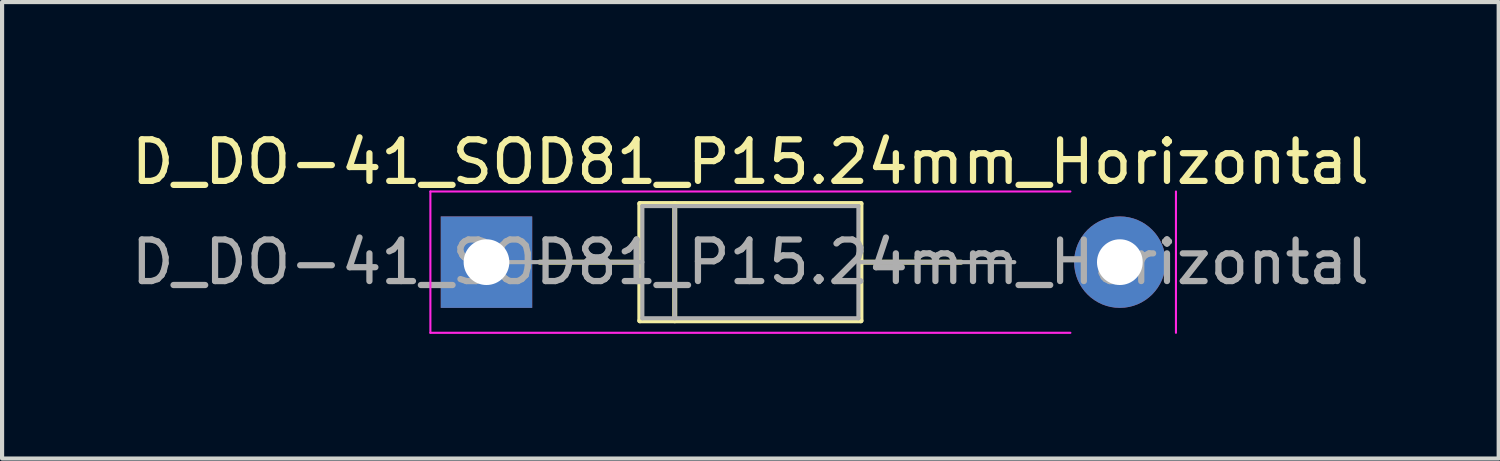
<source format=kicad_pcb>
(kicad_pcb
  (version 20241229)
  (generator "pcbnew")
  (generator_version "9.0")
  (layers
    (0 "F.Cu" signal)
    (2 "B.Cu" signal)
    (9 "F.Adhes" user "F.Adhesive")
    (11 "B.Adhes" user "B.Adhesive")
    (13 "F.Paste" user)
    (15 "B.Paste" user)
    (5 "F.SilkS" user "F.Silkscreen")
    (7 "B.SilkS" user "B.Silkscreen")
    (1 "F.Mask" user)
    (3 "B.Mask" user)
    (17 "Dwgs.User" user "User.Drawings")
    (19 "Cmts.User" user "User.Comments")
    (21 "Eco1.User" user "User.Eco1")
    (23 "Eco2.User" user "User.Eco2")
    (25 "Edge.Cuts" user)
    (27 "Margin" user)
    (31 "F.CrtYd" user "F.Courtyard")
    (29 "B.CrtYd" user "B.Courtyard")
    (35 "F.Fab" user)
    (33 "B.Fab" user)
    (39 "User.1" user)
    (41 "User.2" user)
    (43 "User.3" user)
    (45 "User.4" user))
  (footprint "D_DO-41_SOD81_P15.24mm_Horizontal"
    (layer "F.Cu")
    (at 8.656 3.258)
    (property "Reference" "D_DO-41_SOD81_P15.24mm_Horizontal" (at 6.35 -2.41 0) (layer "F.SilkS") (effects (font (size 1 1) (thickness 0.15))))
    (attr through_hole)
    (fp_line (start 1.28 0) (end 3.69 0) (stroke (width 0.12) (type solid)) (layer "F.SilkS"))
    (fp_line (start 3.69 -1.41) (end 3.69 1.41) (stroke (width 0.12) (type solid)) (layer "F.SilkS"))
    (fp_line (start 3.69 1.41) (end 9.01 1.41) (stroke (width 0.12) (type solid)) (layer "F.SilkS"))
    (fp_line (start 4.53 -1.41) (end 4.53 1.41) (stroke (width 0.12) (type solid)) (layer "F.SilkS"))
    (fp_line (start 9.01 -1.41) (end 3.69 -1.41) (stroke (width 0.12) (type solid)) (layer "F.SilkS"))
    (fp_line (start 9.01 1.41) (end 9.01 -1.41) (stroke (width 0.12) (type solid)) (layer "F.SilkS"))
    (fp_line (start 11.42 0) (end 9.01 0) (stroke (width 0.12) (type solid)) (layer "F.SilkS"))
    (fp_line (start -1.35 -1.7) (end -1.35 1.7) (stroke (width 0.05) (type solid)) (layer "F.CrtYd"))
    (fp_line (start -1.35 1.7) (end 14.05 1.7) (stroke (width 0.05) (type solid)) (layer "F.CrtYd"))
    (fp_line (start 14.05 -1.7) (end -1.35 -1.7) (stroke (width 0.05) (type solid)) (layer "F.CrtYd"))
    (fp_line (start 16.59 1.7) (end 16.59 -1.7) (stroke (width 0.05) (type solid)) (layer "F.CrtYd"))
    (fp_line (start 0 0) (end 3.75 0) (stroke (width 0.1) (type solid)) (layer "F.Fab"))
    (fp_line (start 3.75 -1.35) (end 3.75 1.35) (stroke (width 0.1) (type solid)) (layer "F.Fab"))
    (fp_line (start 3.75 1.35) (end 8.95 1.35) (stroke (width 0.1) (type solid)) (layer "F.Fab"))
    (fp_line (start 4.53 -1.35) (end 4.53 1.35) (stroke (width 0.1) (type solid)) (layer "F.Fab"))
    (fp_line (start 8.95 -1.35) (end 3.75 -1.35) (stroke (width 0.1) (type solid)) (layer "F.Fab"))
    (fp_line (start 8.95 1.35) (end 8.95 -1.35) (stroke (width 0.1) (type solid)) (layer "F.Fab"))
    (fp_line (start 12.7 0) (end 8.95 0) (stroke (width 0.1) (type solid)) (layer "F.Fab"))
    (fp_text user "${REFERENCE}" (at 6.35 0 0) (layer "F.Fab") (effects (font (size 1 1) (thickness 0.15))))
    (pad "1" thru_hole rect (at 0 0) (size 2.2 2.2) (drill 1.1) (layers "*.Cu" "*.Mask"))
    (pad "2" thru_hole oval (at 15.24 0) (size 2.2 2.2) (drill 1.1) (layers "*.Cu" "*.Mask")))
  (gr_rect
    (start -3 -3)
    (end 33.012 7.983)
    (stroke (width 0.1) (type default))
    (fill no)
    (layer "Edge.Cuts")))
</source>
